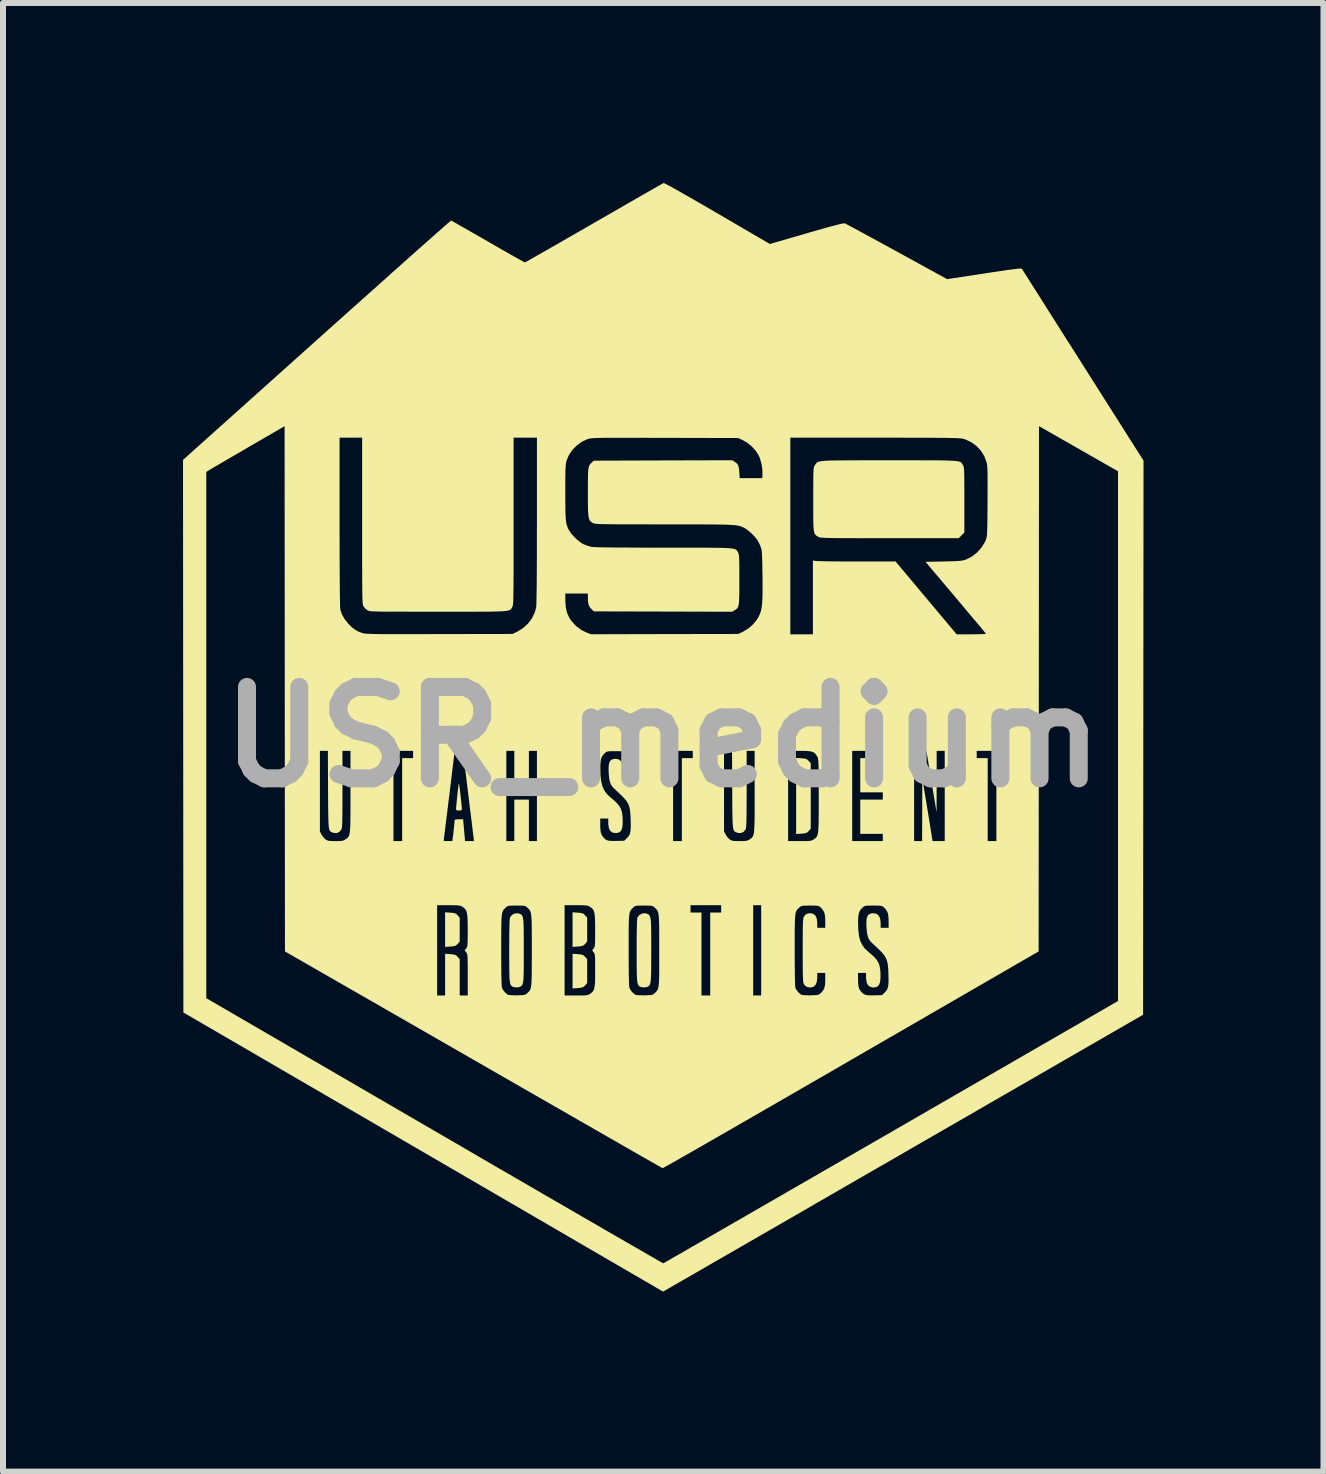
<source format=kicad_pcb>
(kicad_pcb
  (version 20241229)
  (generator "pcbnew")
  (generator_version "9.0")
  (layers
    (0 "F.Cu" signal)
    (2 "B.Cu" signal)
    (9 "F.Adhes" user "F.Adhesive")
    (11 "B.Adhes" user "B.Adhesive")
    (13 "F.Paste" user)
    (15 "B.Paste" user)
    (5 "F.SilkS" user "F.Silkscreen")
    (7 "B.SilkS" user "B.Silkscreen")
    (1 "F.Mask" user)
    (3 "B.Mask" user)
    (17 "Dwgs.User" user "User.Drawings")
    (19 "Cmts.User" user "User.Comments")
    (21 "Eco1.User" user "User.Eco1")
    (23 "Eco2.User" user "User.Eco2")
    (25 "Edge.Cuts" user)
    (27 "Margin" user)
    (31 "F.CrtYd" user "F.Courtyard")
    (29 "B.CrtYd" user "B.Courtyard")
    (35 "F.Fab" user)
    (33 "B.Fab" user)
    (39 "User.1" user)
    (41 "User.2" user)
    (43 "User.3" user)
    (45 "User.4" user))
  (footprint "USR_medium"
    (layer "F.Cu")
    (at 7.997 9.232)
    (property "Reference" "USR_medium" (at 0 0 0) (layer "F.Fab") (effects (font (size 1.524 1.524) (thickness 0.3))))
    (attr board_only exclude_from_pos_files exclude_from_bom)
    (fp_poly (pts (xy -3.541 2.928) (xy -3.494 2.932) (xy -3.463 2.939) (xy -3.442 2.951) (xy -3.421 2.97) (xy -3.42 2.972) (xy -3.386 3.01) (xy -3.386 3.41) (xy -3.42 3.448) (xy -3.44 3.468) (xy -3.462 3.48) (xy -3.491 3.487) (xy -3.537 3.492) (xy -3.541 3.492) (xy -3.629 3.498) (xy -3.629 2.921)) (stroke (width 0) (type solid)) (fill yes) (layer "F.SilkS"))
    (fp_poly (pts (xy -1.417 2.928) (xy -1.37 2.932) (xy -1.34 2.939) (xy -1.318 2.951) (xy -1.298 2.97) (xy -1.296 2.972) (xy -1.262 3.01) (xy -1.262 3.41) (xy -1.296 3.448) (xy -1.317 3.468) (xy -1.338 3.48) (xy -1.368 3.487) (xy -1.413 3.492) (xy -1.417 3.492) (xy -1.505 3.498) (xy -1.505 2.921)) (stroke (width 0) (type solid)) (fill yes) (layer "F.SilkS"))
    (fp_poly (pts (xy -1.417 3.619) (xy -1.37 3.624) (xy -1.34 3.63) (xy -1.318 3.642) (xy -1.298 3.662) (xy -1.296 3.664) (xy -1.262 3.702) (xy -1.262 4.101) (xy -1.296 4.14) (xy -1.317 4.16) (xy -1.338 4.172) (xy -1.368 4.179) (xy -1.413 4.184) (xy -1.417 4.184) (xy -1.505 4.19) (xy -1.505 3.613)) (stroke (width 0) (type solid)) (fill yes) (layer "F.SilkS"))
    (fp_poly (pts (xy 2.308 0.355) (xy 2.355 0.359) (xy 2.386 0.366) (xy 2.408 0.378) (xy 2.428 0.397) (xy 2.43 0.399) (xy 2.464 0.437) (xy 2.464 1.529) (xy 2.43 1.567) (xy 2.409 1.587) (xy 2.388 1.599) (xy 2.358 1.606) (xy 2.312 1.611) (xy 2.308 1.611) (xy 2.221 1.617) (xy 2.221 0.349)) (stroke (width 0) (type solid)) (fill yes) (layer "F.SilkS"))
    (fp_poly (pts (xy -3.397 0.784) (xy -3.392 0.817) (xy -3.385 0.864) (xy -3.378 0.921) (xy -3.371 0.983) (xy -3.364 1.046) (xy -3.358 1.104) (xy -3.353 1.153) (xy -3.351 1.189) (xy -3.35 1.198) (xy -3.353 1.216) (xy -3.366 1.224) (xy -3.398 1.226) (xy -3.398 1.226) (xy -3.43 1.223) (xy -3.445 1.214) (xy -3.447 1.204) (xy -3.446 1.179) (xy -3.442 1.137) (xy -3.437 1.084) (xy -3.431 1.023) (xy -3.425 0.961) (xy -3.418 0.901) (xy -3.412 0.847) (xy -3.406 0.805) (xy -3.402 0.778) (xy -3.4 0.771)) (stroke (width 0) (type solid)) (fill yes) (layer "F.SilkS"))
    (fp_poly (pts (xy -2.378 2.949) (xy -2.364 2.957) (xy -2.352 2.967) (xy -2.343 2.981) (xy -2.335 3) (xy -2.33 3.027) (xy -2.325 3.064) (xy -2.322 3.114) (xy -2.32 3.178) (xy -2.319 3.259) (xy -2.318 3.358) (xy -2.318 3.478) (xy -2.318 3.556) (xy -2.318 3.689) (xy -2.318 3.8) (xy -2.319 3.891) (xy -2.321 3.964) (xy -2.323 4.021) (xy -2.327 4.065) (xy -2.332 4.098) (xy -2.339 4.121) (xy -2.347 4.137) (xy -2.357 4.149) (xy -2.37 4.158) (xy -2.378 4.162) (xy -2.414 4.172) (xy -2.457 4.173) (xy -2.496 4.165) (xy -2.503 4.162) (xy -2.516 4.153) (xy -2.527 4.143) (xy -2.537 4.129) (xy -2.544 4.109) (xy -2.549 4.082) (xy -2.554 4.044) (xy -2.557 3.993) (xy -2.559 3.929) (xy -2.56 3.847) (xy -2.56 3.747) (xy -2.561 3.625) (xy -2.561 3.556) (xy -2.56 3.41) (xy -2.56 3.288) (xy -2.558 3.189) (xy -2.556 3.112) (xy -2.554 3.056) (xy -2.55 3.02) (xy -2.547 3.006) (xy -2.515 2.966) (xy -2.47 2.942) (xy -2.421 2.937)) (stroke (width 0) (type solid)) (fill yes) (layer "F.SilkS"))
    (fp_poly (pts (xy -0.254 2.949) (xy -0.24 2.957) (xy -0.229 2.967) (xy -0.219 2.981) (xy -0.212 3) (xy -0.206 3.027) (xy -0.201 3.064) (xy -0.198 3.114) (xy -0.196 3.178) (xy -0.195 3.259) (xy -0.194 3.358) (xy -0.194 3.478) (xy -0.194 3.556) (xy -0.194 3.689) (xy -0.195 3.8) (xy -0.195 3.891) (xy -0.197 3.964) (xy -0.2 4.021) (xy -0.203 4.065) (xy -0.208 4.098) (xy -0.215 4.121) (xy -0.223 4.137) (xy -0.234 4.149) (xy -0.246 4.158) (xy -0.254 4.162) (xy -0.29 4.172) (xy -0.334 4.173) (xy -0.372 4.165) (xy -0.379 4.162) (xy -0.393 4.153) (xy -0.404 4.143) (xy -0.413 4.129) (xy -0.42 4.109) (xy -0.426 4.082) (xy -0.43 4.044) (xy -0.433 3.993) (xy -0.435 3.929) (xy -0.436 3.847) (xy -0.437 3.747) (xy -0.437 3.625) (xy -0.437 3.556) (xy -0.437 3.41) (xy -0.436 3.288) (xy -0.434 3.189) (xy -0.432 3.112) (xy -0.43 3.056) (xy -0.427 3.02) (xy -0.423 3.006) (xy -0.391 2.966) (xy -0.346 2.942) (xy -0.297 2.937)) (stroke (width 0) (type solid)) (fill yes) (layer "F.SilkS"))
    (fp_poly (pts (xy 4.294 -4.611) (xy 4.425 -4.611) (xy 4.538 -4.611) (xy 4.633 -4.61) (xy 4.714 -4.608) (xy 4.78 -4.606) (xy 4.834 -4.603) (xy 4.877 -4.6) (xy 4.91 -4.595) (xy 4.936 -4.59) (xy 4.954 -4.584) (xy 4.968 -4.576) (xy 4.978 -4.567) (xy 4.985 -4.557) (xy 4.992 -4.545) (xy 5 -4.533) (xy 5.006 -4.523) (xy 5.01 -4.511) (xy 5.014 -4.496) (xy 5.017 -4.474) (xy 5.02 -4.445) (xy 5.021 -4.405) (xy 5.023 -4.352) (xy 5.023 -4.285) (xy 5.024 -4.2) (xy 5.024 -4.096) (xy 5.024 -3.97) (xy 5.024 -3.407) (xy 4.93 -3.313) (xy 3.779 -3.313) (xy 3.586 -3.313) (xy 3.415 -3.313) (xy 3.266 -3.313) (xy 3.137 -3.314) (xy 3.027 -3.314) (xy 2.933 -3.314) (xy 2.854 -3.315) (xy 2.789 -3.316) (xy 2.737 -3.317) (xy 2.695 -3.319) (xy 2.663 -3.321) (xy 2.639 -3.323) (xy 2.621 -3.325) (xy 2.608 -3.328) (xy 2.599 -3.331) (xy 2.591 -3.335) (xy 2.589 -3.337) (xy 2.569 -3.348) (xy 2.553 -3.359) (xy 2.54 -3.372) (xy 2.53 -3.388) (xy 2.522 -3.411) (xy 2.516 -3.441) (xy 2.512 -3.482) (xy 2.509 -3.535) (xy 2.507 -3.604) (xy 2.506 -3.689) (xy 2.506 -3.794) (xy 2.506 -3.92) (xy 2.506 -3.956) (xy 2.506 -4.083) (xy 2.506 -4.188) (xy 2.507 -4.273) (xy 2.507 -4.341) (xy 2.508 -4.394) (xy 2.51 -4.434) (xy 2.512 -4.464) (xy 2.515 -4.485) (xy 2.519 -4.501) (xy 2.524 -4.513) (xy 2.531 -4.524) (xy 2.534 -4.528) (xy 2.542 -4.542) (xy 2.549 -4.554) (xy 2.558 -4.565) (xy 2.568 -4.574) (xy 2.583 -4.582) (xy 2.602 -4.589) (xy 2.629 -4.594) (xy 2.663 -4.599) (xy 2.707 -4.603) (xy 2.762 -4.606) (xy 2.83 -4.608) (xy 2.912 -4.609) (xy 3.009 -4.61) (xy 3.123 -4.611) (xy 3.255 -4.611) (xy 3.408 -4.612) (xy 3.582 -4.612) (xy 3.776 -4.612) (xy 3.971 -4.612) (xy 4.143 -4.612)) (stroke (width 0) (type solid)) (fill yes) (layer "F.SilkS"))
    (fp_poly (pts (xy 0.027 -9.227) (xy 0.06 -9.21) (xy 0.111 -9.183) (xy 0.179 -9.145) (xy 0.262 -9.099) (xy 0.358 -9.044) (xy 0.467 -8.982) (xy 0.587 -8.913) (xy 0.717 -8.838) (xy 0.855 -8.758) (xy 0.908 -8.727) (xy 1.783 -8.216) (xy 2.393 -8.393) (xy 2.535 -8.434) (xy 2.655 -8.468) (xy 2.755 -8.496) (xy 2.837 -8.518) (xy 2.902 -8.535) (xy 2.952 -8.548) (xy 2.989 -8.556) (xy 3.015 -8.559) (xy 3.03 -8.56) (xy 3.034 -8.559) (xy 3.049 -8.551) (xy 3.084 -8.533) (xy 3.137 -8.505) (xy 3.206 -8.468) (xy 3.289 -8.423) (xy 3.385 -8.37) (xy 3.493 -8.312) (xy 3.61 -8.248) (xy 3.735 -8.18) (xy 3.865 -8.108) (xy 3.901 -8.089) (xy 4.737 -7.63) (xy 5.355 -7.724) (xy 5.497 -7.746) (xy 5.616 -7.763) (xy 5.714 -7.778) (xy 5.794 -7.789) (xy 5.857 -7.797) (xy 5.906 -7.803) (xy 5.94 -7.806) (xy 5.964 -7.807) (xy 5.978 -7.805) (xy 5.984 -7.802) (xy 5.984 -7.802) (xy 5.991 -7.79) (xy 6.011 -7.758) (xy 6.042 -7.709) (xy 6.085 -7.642) (xy 6.137 -7.559) (xy 6.199 -7.462) (xy 6.27 -7.35) (xy 6.348 -7.226) (xy 6.434 -7.09) (xy 6.527 -6.944) (xy 6.625 -6.789) (xy 6.729 -6.625) (xy 6.838 -6.454) (xy 6.95 -6.277) (xy 7.002 -6.195) (xy 8.01 -4.606) (xy 8.003 4.629) (xy 6.444 5.528) (xy 6.277 5.625) (xy 6.091 5.732) (xy 5.887 5.849) (xy 5.669 5.975) (xy 5.436 6.109) (xy 5.193 6.25) (xy 4.94 6.396) (xy 4.679 6.546) (xy 4.412 6.7) (xy 4.141 6.856) (xy 3.869 7.014) (xy 3.596 7.171) (xy 3.325 7.327) (xy 3.058 7.481) (xy 2.797 7.632) (xy 2.543 7.778) (xy 2.444 7.836) (xy 0.003 9.243) (xy -3.994 6.917) (xy -7.991 4.591) (xy -7.991 4.353) (xy -7.609 4.353) (xy -3.808 6.563) (xy -3.526 6.727) (xy -3.25 6.887) (xy -2.981 7.044) (xy -2.718 7.197) (xy -2.462 7.345) (xy -2.215 7.488) (xy -1.977 7.627) (xy -1.748 7.759) (xy -1.531 7.885) (xy -1.324 8.005) (xy -1.129 8.117) (xy -0.948 8.223) (xy -0.779 8.32) (xy -0.625 8.409) (xy -0.486 8.489) (xy -0.362 8.56) (xy -0.255 8.622) (xy -0.166 8.673) (xy -0.094 8.715) (xy -0.041 8.745) (xy -0.007 8.764) (xy 0.007 8.771) (xy 0.007 8.771) (xy 0.019 8.765) (xy 0.05 8.747) (xy 0.101 8.718) (xy 0.171 8.677) (xy 0.259 8.627) (xy 0.365 8.566) (xy 0.486 8.496) (xy 0.624 8.417) (xy 0.777 8.329) (xy 0.944 8.233) (xy 1.124 8.129) (xy 1.318 8.018) (xy 1.523 7.899) (xy 1.74 7.774) (xy 1.967 7.643) (xy 2.204 7.506) (xy 2.451 7.364) (xy 2.705 7.217) (xy 2.968 7.066) (xy 3.237 6.911) (xy 3.512 6.752) (xy 3.793 6.59) (xy 3.803 6.584) (xy 7.585 4.4) (xy 7.585 -4.428) (xy 6.268 -5.18) (xy 6.265 -0.803) (xy 6.262 3.574) (xy 3.135 5.382) (xy 2.88 5.53) (xy 2.631 5.674) (xy 2.387 5.814) (xy 2.151 5.951) (xy 1.923 6.083) (xy 1.703 6.209) (xy 1.492 6.331) (xy 1.292 6.446) (xy 1.104 6.555) (xy 0.927 6.656) (xy 0.763 6.75) (xy 0.612 6.837) (xy 0.476 6.915) (xy 0.355 6.984) (xy 0.25 7.044) (xy 0.162 7.094) (xy 0.092 7.133) (xy 0.04 7.162) (xy 0.008 7.18) (xy -0.004 7.186) (xy -0.005 7.186) (xy -0.016 7.18) (xy -0.048 7.162) (xy -0.099 7.133) (xy -0.169 7.093) (xy -0.256 7.043) (xy -0.361 6.984) (xy -0.481 6.915) (xy -0.617 6.837) (xy -0.767 6.751) (xy -0.931 6.657) (xy -1.108 6.555) (xy -1.297 6.447) (xy -1.497 6.332) (xy -1.707 6.211) (xy -1.927 6.085) (xy -2.156 5.954) (xy -2.393 5.818) (xy -2.636 5.678) (xy -2.886 5.534) (xy -3.142 5.387) (xy -3.158 5.378) (xy -5.02 4.308) (xy -3.762 4.308) (xy -3.629 4.308) (xy -3.629 3.613) (xy -3.541 3.619) (xy -3.494 3.624) (xy -3.463 3.63) (xy -3.442 3.642) (xy -3.421 3.662) (xy -3.42 3.664) (xy -3.386 3.702) (xy -3.386 4.308) (xy -3.252 4.308) (xy -1.638 4.308) (xy -1.447 4.308) (xy -1.374 4.308) (xy -1.322 4.307) (xy -1.284 4.305) (xy -1.258 4.301) (xy -1.239 4.294) (xy -1.222 4.285) (xy -1.212 4.279) (xy -1.187 4.26) (xy -1.168 4.241) (xy -1.153 4.217) (xy -1.143 4.187) (xy -1.136 4.145) (xy -1.131 4.09) (xy -1.129 4.019) (xy -1.129 3.927) (xy -1.129 3.892) (xy -1.129 3.804) (xy -1.129 3.736) (xy -1.13 3.686) (xy -1.133 3.65) (xy -1.136 3.626) (xy -1.141 3.609) (xy -1.148 3.596) (xy -1.154 3.588) (xy -1.179 3.556) (xy -1.178 3.555) (xy -0.57 3.555) (xy -0.57 3.713) (xy -0.569 3.849) (xy -0.568 3.963) (xy -0.566 4.053) (xy -0.564 4.12) (xy -0.561 4.164) (xy -0.557 4.183) (xy -0.536 4.221) (xy -0.504 4.26) (xy -0.469 4.29) (xy -0.455 4.297) (xy -0.433 4.301) (xy -0.393 4.304) (xy -0.342 4.305) (xy -0.301 4.305) (xy -0.243 4.303) (xy -0.204 4.301) (xy -0.178 4.296) (xy -0.159 4.287) (xy -0.142 4.274) (xy -0.133 4.266) (xy -0.117 4.251) (xy -0.104 4.236) (xy -0.093 4.221) (xy -0.084 4.202) (xy -0.077 4.177) (xy -0.071 4.145) (xy -0.067 4.102) (xy -0.064 4.048) (xy -0.062 3.98) (xy -0.061 3.895) (xy -0.061 3.792) (xy -0.061 3.669) (xy -0.061 3.556) (xy -0.061 3.415) (xy -0.061 3.296) (xy -0.061 3.197) (xy -0.063 3.116) (xy -0.065 3.051) (xy -0.068 2.999) (xy -0.072 2.959) (xy -0.078 2.929) (xy -0.079 2.925) (xy 0.461 2.925) (xy 0.643 2.925) (xy 0.643 4.308) (xy 0.789 4.308) (xy 1.505 4.308) (xy 1.638 4.308) (xy 1.638 3.555) (xy 2.197 3.555) (xy 2.197 3.713) (xy 2.198 3.849) (xy 2.199 3.963) (xy 2.201 4.053) (xy 2.203 4.12) (xy 2.206 4.164) (xy 2.209 4.183) (xy 2.231 4.221) (xy 2.263 4.26) (xy 2.298 4.29) (xy 2.312 4.297) (xy 2.334 4.301) (xy 2.374 4.304) (xy 2.425 4.305) (xy 2.466 4.305) (xy 2.524 4.303) (xy 2.563 4.301) (xy 2.589 4.296) (xy 2.608 4.287) (xy 2.625 4.274) (xy 2.634 4.266) (xy 2.667 4.229) (xy 2.688 4.19) (xy 2.701 4.141) (xy 2.706 4.076) (xy 2.706 4.042) (xy 2.706 4.04) (xy 3.252 4.04) (xy 3.254 4.11) (xy 3.261 4.162) (xy 3.274 4.201) (xy 3.296 4.235) (xy 3.311 4.252) (xy 3.335 4.275) (xy 3.359 4.291) (xy 3.389 4.3) (xy 3.429 4.305) (xy 3.486 4.306) (xy 3.522 4.305) (xy 3.652 4.302) (xy 3.694 4.261) (xy 3.72 4.233) (xy 3.739 4.204) (xy 3.751 4.17) (xy 3.758 4.127) (xy 3.761 4.069) (xy 3.76 3.994) (xy 3.759 3.958) (xy 3.756 3.872) (xy 3.75 3.802) (xy 3.739 3.744) (xy 3.721 3.694) (xy 3.695 3.647) (xy 3.657 3.599) (xy 3.607 3.547) (xy 3.54 3.484) (xy 3.504 3.451) (xy 3.463 3.411) (xy 3.434 3.371) (xy 3.415 3.325) (xy 3.402 3.269) (xy 3.395 3.196) (xy 3.393 3.171) (xy 3.391 3.088) (xy 3.396 3.025) (xy 3.411 2.981) (xy 3.436 2.954) (xy 3.472 2.94) (xy 3.507 2.937) (xy 3.559 2.946) (xy 3.595 2.974) (xy 3.619 3.021) (xy 3.628 3.088) (xy 3.629 3.106) (xy 3.629 3.18) (xy 3.762 3.18) (xy 3.762 3.07) (xy 3.759 2.997) (xy 3.751 2.942) (xy 3.733 2.899) (xy 3.706 2.862) (xy 3.69 2.846) (xy 3.673 2.83) (xy 3.657 2.82) (xy 3.637 2.814) (xy 3.608 2.811) (xy 3.565 2.81) (xy 3.507 2.809) (xy 3.446 2.81) (xy 3.404 2.811) (xy 3.376 2.814) (xy 3.356 2.821) (xy 3.341 2.831) (xy 3.324 2.846) (xy 3.296 2.876) (xy 3.276 2.909) (xy 3.263 2.948) (xy 3.256 2.998) (xy 3.253 3.066) (xy 3.253 3.103) (xy 3.257 3.221) (xy 3.269 3.319) (xy 3.29 3.4) (xy 3.323 3.468) (xy 3.367 3.527) (xy 3.413 3.57) (xy 3.483 3.63) (xy 3.536 3.681) (xy 3.573 3.728) (xy 3.598 3.775) (xy 3.614 3.827) (xy 3.623 3.889) (xy 3.626 3.945) (xy 3.626 4.028) (xy 3.618 4.09) (xy 3.601 4.133) (xy 3.574 4.16) (xy 3.534 4.173) (xy 3.507 4.175) (xy 3.456 4.166) (xy 3.419 4.138) (xy 3.396 4.091) (xy 3.386 4.024) (xy 3.386 4.005) (xy 3.386 3.932) (xy 3.252 3.932) (xy 3.252 4.04) (xy 2.706 4.04) (xy 2.706 3.932) (xy 2.573 3.932) (xy 2.573 4.005) (xy 2.566 4.077) (xy 2.546 4.129) (xy 2.513 4.161) (xy 2.465 4.174) (xy 2.451 4.175) (xy 2.401 4.166) (xy 2.365 4.14) (xy 2.348 4.114) (xy 2.344 4.102) (xy 2.34 4.085) (xy 2.337 4.059) (xy 2.335 4.022) (xy 2.333 3.974) (xy 2.332 3.91) (xy 2.331 3.83) (xy 2.33 3.73) (xy 2.33 3.61) (xy 2.33 3.556) (xy 2.33 3.426) (xy 2.331 3.319) (xy 2.331 3.231) (xy 2.332 3.161) (xy 2.334 3.107) (xy 2.336 3.066) (xy 2.339 3.036) (xy 2.342 3.015) (xy 2.346 3.001) (xy 2.348 2.997) (xy 2.378 2.959) (xy 2.42 2.94) (xy 2.451 2.937) (xy 2.503 2.946) (xy 2.54 2.974) (xy 2.563 3.021) (xy 2.572 3.088) (xy 2.573 3.106) (xy 2.573 3.18) (xy 2.706 3.18) (xy 2.706 3.07) (xy 2.704 2.997) (xy 2.695 2.942) (xy 2.677 2.899) (xy 2.65 2.862) (xy 2.634 2.846) (xy 2.617 2.83) (xy 2.601 2.82) (xy 2.581 2.814) (xy 2.552 2.811) (xy 2.509 2.81) (xy 2.451 2.809) (xy 2.39 2.81) (xy 2.348 2.811) (xy 2.32 2.814) (xy 2.301 2.821) (xy 2.285 2.831) (xy 2.269 2.846) (xy 2.253 2.861) (xy 2.239 2.875) (xy 2.228 2.891) (xy 2.219 2.91) (xy 2.212 2.935) (xy 2.207 2.967) (xy 2.203 3.009) (xy 2.2 3.064) (xy 2.198 3.132) (xy 2.197 3.217) (xy 2.197 3.32) (xy 2.197 3.443) (xy 2.197 3.555) (xy 1.638 3.555) (xy 1.638 2.803) (xy 1.505 2.803) (xy 1.505 4.308) (xy 0.789 4.308) (xy 0.789 2.925) (xy 0.971 2.925) (xy 0.971 2.803) (xy 0.461 2.803) (xy 0.461 2.925) (xy -0.079 2.925) (xy -0.085 2.905) (xy -0.095 2.887) (xy -0.106 2.872) (xy -0.12 2.858) (xy -0.133 2.846) (xy -0.15 2.83) (xy -0.166 2.82) (xy -0.186 2.814) (xy -0.215 2.811) (xy -0.258 2.81) (xy -0.316 2.809) (xy -0.377 2.81) (xy -0.419 2.811) (xy -0.447 2.814) (xy -0.466 2.821) (xy -0.482 2.831) (xy -0.498 2.846) (xy -0.514 2.861) (xy -0.527 2.875) (xy -0.538 2.891) (xy -0.547 2.91) (xy -0.555 2.935) (xy -0.56 2.967) (xy -0.564 3.009) (xy -0.567 3.064) (xy -0.569 3.132) (xy -0.57 3.217) (xy -0.57 3.32) (xy -0.57 3.443) (xy -0.57 3.555) (xy -1.178 3.555) (xy -1.154 3.524) (xy -1.146 3.512) (xy -1.139 3.498) (xy -1.135 3.48) (xy -1.132 3.452) (xy -1.13 3.412) (xy -1.129 3.357) (xy -1.129 3.284) (xy -1.129 3.22) (xy -1.129 3.119) (xy -1.131 3.04) (xy -1.135 2.979) (xy -1.142 2.932) (xy -1.152 2.897) (xy -1.167 2.871) (xy -1.187 2.851) (xy -1.212 2.832) (xy -1.218 2.829) (xy -1.236 2.819) (xy -1.255 2.812) (xy -1.282 2.808) (xy -1.318 2.805) (xy -1.37 2.804) (xy -1.442 2.803) (xy -1.449 2.803) (xy -1.638 2.803) (xy -1.638 4.308) (xy -3.252 4.308) (xy -3.252 3.964) (xy -3.252 3.863) (xy -3.253 3.784) (xy -3.254 3.723) (xy -3.255 3.678) (xy -3.257 3.646) (xy -3.261 3.623) (xy -3.265 3.608) (xy -3.271 3.596) (xy -3.278 3.588) (xy -3.303 3.556) (xy -3.302 3.555) (xy -2.694 3.555) (xy -2.694 3.713) (xy -2.693 3.849) (xy -2.692 3.963) (xy -2.69 4.053) (xy -2.687 4.12) (xy -2.684 4.164) (xy -2.681 4.183) (xy -2.66 4.221) (xy -2.627 4.26) (xy -2.592 4.29) (xy -2.579 4.297) (xy -2.557 4.301) (xy -2.517 4.304) (xy -2.466 4.305) (xy -2.425 4.305) (xy -2.367 4.303) (xy -2.328 4.301) (xy -2.301 4.296) (xy -2.283 4.287) (xy -2.265 4.274) (xy -2.257 4.266) (xy -2.241 4.251) (xy -2.227 4.236) (xy -2.216 4.221) (xy -2.207 4.202) (xy -2.2 4.177) (xy -2.195 4.145) (xy -2.191 4.102) (xy -2.188 4.048) (xy -2.186 3.98) (xy -2.185 3.895) (xy -2.185 3.792) (xy -2.184 3.669) (xy -2.184 3.556) (xy -2.184 3.415) (xy -2.185 3.296) (xy -2.185 3.197) (xy -2.186 3.116) (xy -2.188 3.051) (xy -2.192 2.999) (xy -2.196 2.959) (xy -2.202 2.929) (xy -2.209 2.905) (xy -2.218 2.887) (xy -2.23 2.872) (xy -2.244 2.858) (xy -2.257 2.846) (xy -2.274 2.83) (xy -2.29 2.82) (xy -2.309 2.814) (xy -2.338 2.811) (xy -2.381 2.81) (xy -2.439 2.809) (xy -2.5 2.81) (xy -2.543 2.811) (xy -2.571 2.814) (xy -2.59 2.821) (xy -2.606 2.831) (xy -2.622 2.846) (xy -2.638 2.861) (xy -2.651 2.875) (xy -2.662 2.891) (xy -2.671 2.91) (xy -2.678 2.935) (xy -2.684 2.967) (xy -2.688 3.009) (xy -2.691 3.064) (xy -2.692 3.132) (xy -2.693 3.217) (xy -2.694 3.32) (xy -2.694 3.443) (xy -2.694 3.555) (xy -3.302 3.555) (xy -3.278 3.524) (xy -3.269 3.512) (xy -3.263 3.498) (xy -3.259 3.48) (xy -3.256 3.452) (xy -3.254 3.412) (xy -3.253 3.357) (xy -3.252 3.284) (xy -3.252 3.22) (xy -3.253 3.119) (xy -3.255 3.04) (xy -3.259 2.979) (xy -3.266 2.932) (xy -3.276 2.897) (xy -3.291 2.871) (xy -3.311 2.851) (xy -3.336 2.832) (xy -3.341 2.829) (xy -3.359 2.819) (xy -3.379 2.812) (xy -3.405 2.808) (xy -3.442 2.805) (xy -3.494 2.804) (xy -3.566 2.803) (xy -3.572 2.803) (xy -3.762 2.803) (xy -3.762 4.308) (xy -5.02 4.308) (xy -6.298 3.574) (xy -6.3 1.572) (xy -5.716 1.572) (xy -5.689 1.627) (xy -5.663 1.665) (xy -5.632 1.699) (xy -5.62 1.708) (xy -5.598 1.721) (xy -5.574 1.729) (xy -5.541 1.733) (xy -5.495 1.735) (xy -5.456 1.735) (xy -5.398 1.735) (xy -5.358 1.732) (xy -5.33 1.727) (xy -5.308 1.717) (xy -5.29 1.706) (xy -5.272 1.694) (xy -5.258 1.683) (xy -5.245 1.671) (xy -5.235 1.655) (xy -5.227 1.634) (xy -5.221 1.606) (xy -5.216 1.569) (xy -5.212 1.521) (xy -5.209 1.461) (xy -5.208 1.385) (xy -5.207 1.293) (xy -5.206 1.182) (xy -5.206 1.05) (xy -5.206 0.911) (xy -5.206 0.352) (xy -4.672 0.352) (xy -4.49 0.352) (xy -4.49 1.735) (xy -4.345 1.735) (xy -4.345 1.731) (xy -3.653 1.731) (xy -3.642 1.733) (xy -3.613 1.735) (xy -3.581 1.735) (xy -3.509 1.735) (xy -3.502 1.684) (xy -3.496 1.64) (xy -3.49 1.586) (xy -3.484 1.529) (xy -3.478 1.475) (xy -3.474 1.429) (xy -3.471 1.399) (xy -3.471 1.393) (xy -3.467 1.38) (xy -3.452 1.374) (xy -3.421 1.372) (xy -3.4 1.371) (xy -3.329 1.371) (xy -3.297 1.735) (xy -3.148 1.735) (xy -2.609 1.735) (xy -2.476 1.735) (xy -2.476 1.044) (xy -2.233 1.044) (xy -2.233 1.735) (xy -2.099 1.735) (xy -2.099 1.468) (xy -1.044 1.468) (xy -1.042 1.537) (xy -1.035 1.589) (xy -1.022 1.628) (xy -1 1.662) (xy -0.985 1.679) (xy -0.961 1.703) (xy -0.937 1.718) (xy -0.907 1.728) (xy -0.867 1.732) (xy -0.81 1.733) (xy -0.774 1.732) (xy -0.644 1.729) (xy -0.602 1.688) (xy -0.576 1.66) (xy -0.557 1.631) (xy -0.545 1.597) (xy -0.538 1.554) (xy -0.535 1.497) (xy -0.536 1.421) (xy -0.537 1.385) (xy -0.54 1.299) (xy -0.547 1.229) (xy -0.557 1.171) (xy -0.575 1.121) (xy -0.601 1.074) (xy -0.639 1.027) (xy -0.689 0.974) (xy -0.756 0.912) (xy -0.792 0.878) (xy -0.833 0.838) (xy -0.862 0.798) (xy -0.881 0.752) (xy -0.894 0.696) (xy -0.901 0.623) (xy -0.903 0.598) (xy -0.905 0.515) (xy -0.9 0.453) (xy -0.885 0.409) (xy -0.86 0.381) (xy -0.824 0.367) (xy -0.789 0.364) (xy -0.738 0.373) (xy -0.701 0.401) (xy -0.677 0.448) (xy -0.668 0.515) (xy -0.667 0.533) (xy -0.667 0.607) (xy -0.534 0.607) (xy -0.534 0.497) (xy -0.537 0.424) (xy -0.546 0.369) (xy -0.552 0.352) (xy -0.012 0.352) (xy 0.17 0.352) (xy 0.17 1.735) (xy 0.316 1.735) (xy 0.316 1.572) (xy 1.019 1.572) (xy 1.047 1.627) (xy 1.072 1.665) (xy 1.104 1.699) (xy 1.115 1.708) (xy 1.138 1.721) (xy 1.162 1.729) (xy 1.194 1.733) (xy 1.24 1.735) (xy 1.279 1.735) (xy 2.087 1.735) (xy 2.279 1.735) (xy 3.155 1.735) (xy 3.665 1.735) (xy 4.187 1.735) (xy 4.32 1.735) (xy 4.322 1.211) (xy 4.323 0.686) (xy 4.368 0.959) (xy 4.385 1.059) (xy 4.403 1.171) (xy 4.422 1.286) (xy 4.44 1.394) (xy 4.454 1.484) (xy 4.494 1.735) (xy 4.697 1.735) (xy 4.697 0.352) (xy 5.23 0.352) (xy 5.413 0.352) (xy 5.413 1.735) (xy 5.558 1.735) (xy 5.558 0.352) (xy 5.74 0.352) (xy 5.74 0.231) (xy 5.23 0.231) (xy 5.23 0.352) (xy 4.697 0.352) (xy 4.697 0.231) (xy 4.563 0.231) (xy 4.561 1.256) (xy 4.478 0.752) (xy 4.46 0.645) (xy 4.443 0.545) (xy 4.429 0.454) (xy 4.416 0.377) (xy 4.406 0.314) (xy 4.398 0.269) (xy 4.394 0.244) (xy 4.394 0.24) (xy 4.382 0.236) (xy 4.352 0.232) (xy 4.309 0.231) (xy 4.29 0.231) (xy 4.187 0.231) (xy 4.187 1.735) (xy 3.665 1.735) (xy 3.665 1.614) (xy 3.289 1.614) (xy 3.289 1.044) (xy 3.665 1.044) (xy 3.665 0.922) (xy 3.289 0.922) (xy 3.289 0.352) (xy 3.665 0.352) (xy 3.665 0.231) (xy 3.155 0.231) (xy 3.155 1.735) (xy 2.279 1.735) (xy 2.351 1.735) (xy 2.404 1.734) (xy 2.441 1.732) (xy 2.467 1.728) (xy 2.487 1.722) (xy 2.504 1.712) (xy 2.514 1.706) (xy 2.532 1.693) (xy 2.547 1.682) (xy 2.56 1.668) (xy 2.57 1.651) (xy 2.578 1.629) (xy 2.584 1.598) (xy 2.589 1.558) (xy 2.593 1.506) (xy 2.595 1.44) (xy 2.596 1.359) (xy 2.597 1.259) (xy 2.597 1.139) (xy 2.597 0.998) (xy 2.597 0.984) (xy 2.597 0.846) (xy 2.597 0.731) (xy 2.596 0.635) (xy 2.596 0.558) (xy 2.595 0.496) (xy 2.593 0.448) (xy 2.591 0.411) (xy 2.589 0.384) (xy 2.586 0.364) (xy 2.582 0.348) (xy 2.577 0.336) (xy 2.573 0.328) (xy 2.553 0.295) (xy 2.531 0.27) (xy 2.502 0.252) (xy 2.464 0.24) (xy 2.411 0.234) (xy 2.34 0.231) (xy 2.277 0.231) (xy 2.087 0.231) (xy 2.087 1.735) (xy 1.279 1.735) (xy 1.337 1.735) (xy 1.377 1.732) (xy 1.405 1.727) (xy 1.427 1.717) (xy 1.446 1.706) (xy 1.463 1.694) (xy 1.478 1.683) (xy 1.49 1.671) (xy 1.5 1.655) (xy 1.508 1.634) (xy 1.515 1.606) (xy 1.52 1.569) (xy 1.523 1.521) (xy 1.526 1.461) (xy 1.528 1.385) (xy 1.529 1.293) (xy 1.529 1.182) (xy 1.529 1.05) (xy 1.529 0.911) (xy 1.529 0.231) (xy 1.396 0.231) (xy 1.396 0.868) (xy 1.396 1.012) (xy 1.395 1.133) (xy 1.395 1.234) (xy 1.394 1.317) (xy 1.393 1.383) (xy 1.391 1.435) (xy 1.389 1.474) (xy 1.386 1.503) (xy 1.383 1.523) (xy 1.379 1.536) (xy 1.377 1.541) (xy 1.345 1.581) (xy 1.301 1.601) (xy 1.25 1.599) (xy 1.223 1.589) (xy 1.209 1.583) (xy 1.198 1.576) (xy 1.188 1.567) (xy 1.18 1.553) (xy 1.174 1.533) (xy 1.169 1.505) (xy 1.165 1.467) (xy 1.162 1.416) (xy 1.16 1.352) (xy 1.158 1.271) (xy 1.157 1.173) (xy 1.156 1.054) (xy 1.156 0.914) (xy 1.156 0.877) (xy 1.152 0.231) (xy 1.019 0.231) (xy 1.019 1.572) (xy 0.316 1.572) (xy 0.316 0.352) (xy 0.498 0.352) (xy 0.498 0.231) (xy -0.012 0.231) (xy -0.012 0.352) (xy -0.552 0.352) (xy -0.563 0.326) (xy -0.59 0.289) (xy -0.606 0.273) (xy -0.623 0.258) (xy -0.639 0.247) (xy -0.659 0.241) (xy -0.688 0.238) (xy -0.731 0.237) (xy -0.789 0.237) (xy -0.85 0.237) (xy -0.892 0.238) (xy -0.92 0.241) (xy -0.94 0.248) (xy -0.955 0.258) (xy -0.972 0.273) (xy -1 0.304) (xy -1.02 0.336) (xy -1.033 0.375) (xy -1.04 0.426) (xy -1.043 0.493) (xy -1.043 0.531) (xy -1.04 0.648) (xy -1.027 0.746) (xy -1.006 0.827) (xy -0.973 0.895) (xy -0.929 0.954) (xy -0.883 0.998) (xy -0.813 1.057) (xy -0.76 1.108) (xy -0.723 1.155) (xy -0.698 1.202) (xy -0.682 1.254) (xy -0.673 1.316) (xy -0.67 1.372) (xy -0.67 1.455) (xy -0.678 1.517) (xy -0.695 1.561) (xy -0.722 1.588) (xy -0.762 1.6) (xy -0.789 1.602) (xy -0.84 1.593) (xy -0.877 1.565) (xy -0.9 1.518) (xy -0.91 1.451) (xy -0.91 1.433) (xy -0.91 1.359) (xy -1.044 1.359) (xy -1.044 1.468) (xy -2.099 1.468) (xy -2.099 0.231) (xy -2.233 0.231) (xy -2.233 0.922) (xy -2.476 0.922) (xy -2.476 0.231) (xy -2.609 0.231) (xy -2.609 1.735) (xy -3.148 1.735) (xy -3.188 1.405) (xy -3.2 1.306) (xy -3.215 1.19) (xy -3.23 1.063) (xy -3.246 0.931) (xy -3.262 0.801) (xy -3.277 0.68) (xy -3.28 0.655) (xy -3.331 0.237) (xy -3.401 0.233) (xy -3.438 0.233) (xy -3.464 0.235) (xy -3.471 0.239) (xy -3.472 0.253) (xy -3.476 0.288) (xy -3.483 0.343) (xy -3.492 0.416) (xy -3.503 0.505) (xy -3.515 0.608) (xy -3.529 0.722) (xy -3.544 0.845) (xy -3.56 0.976) (xy -3.562 0.988) (xy -3.578 1.119) (xy -3.593 1.243) (xy -3.607 1.357) (xy -3.62 1.46) (xy -3.631 1.55) (xy -3.64 1.624) (xy -3.647 1.68) (xy -3.651 1.716) (xy -3.653 1.731) (xy -3.653 1.731) (xy -4.345 1.731) (xy -4.345 0.352) (xy -4.163 0.352) (xy -4.163 0.231) (xy -4.672 0.231) (xy -4.672 0.352) (xy -5.206 0.352) (xy -5.206 0.231) (xy -5.34 0.231) (xy -5.34 0.868) (xy -5.34 1.012) (xy -5.34 1.133) (xy -5.341 1.234) (xy -5.341 1.317) (xy -5.343 1.383) (xy -5.344 1.435) (xy -5.346 1.474) (xy -5.349 1.503) (xy -5.352 1.523) (xy -5.356 1.536) (xy -5.358 1.541) (xy -5.39 1.581) (xy -5.434 1.601) (xy -5.485 1.599) (xy -5.513 1.589) (xy -5.526 1.583) (xy -5.538 1.576) (xy -5.547 1.567) (xy -5.555 1.553) (xy -5.562 1.533) (xy -5.567 1.505) (xy -5.57 1.467) (xy -5.573 1.416) (xy -5.575 1.352) (xy -5.577 1.271) (xy -5.578 1.173) (xy -5.579 1.054) (xy -5.58 0.914) (xy -5.58 0.877) (xy -5.583 0.231) (xy -5.716 0.231) (xy -5.716 1.572) (xy -6.3 1.572) (xy -6.302 -1.711) (xy 2.124 -1.711) (xy 2.5 -1.711) (xy 2.5 -2.94) (xy 2.575 -2.932) (xy 2.601 -2.931) (xy 2.65 -2.93) (xy 2.717 -2.928) (xy 2.801 -2.927) (xy 2.898 -2.926) (xy 3.006 -2.925) (xy 3.122 -2.925) (xy 3.244 -2.925) (xy 3.264 -2.925) (xy 3.878 -2.925) (xy 4.387 -2.318) (xy 4.896 -1.711) (xy 5.143 -1.711) (xy 5.231 -1.712) (xy 5.297 -1.713) (xy 5.342 -1.715) (xy 5.37 -1.718) (xy 5.381 -1.722) (xy 5.381 -1.725) (xy 5.372 -1.737) (xy 5.348 -1.765) (xy 5.312 -1.809) (xy 5.264 -1.867) (xy 5.205 -1.936) (xy 5.138 -2.016) (xy 5.063 -2.105) (xy 4.982 -2.202) (xy 4.896 -2.304) (xy 4.875 -2.329) (xy 4.377 -2.919) (xy 4.68 -2.925) (xy 4.775 -2.927) (xy 4.85 -2.93) (xy 4.908 -2.932) (xy 4.952 -2.936) (xy 4.986 -2.94) (xy 5.014 -2.946) (xy 5.039 -2.953) (xy 5.053 -2.958) (xy 5.145 -3.004) (xy 5.231 -3.07) (xy 5.305 -3.151) (xy 5.363 -3.242) (xy 5.38 -3.279) (xy 5.386 -3.294) (xy 5.391 -3.31) (xy 5.395 -3.329) (xy 5.399 -3.352) (xy 5.402 -3.382) (xy 5.404 -3.422) (xy 5.405 -3.473) (xy 5.407 -3.538) (xy 5.408 -3.619) (xy 5.409 -3.718) (xy 5.41 -3.838) (xy 5.41 -3.923) (xy 5.411 -4.061) (xy 5.411 -4.176) (xy 5.411 -4.272) (xy 5.411 -4.35) (xy 5.41 -4.413) (xy 5.408 -4.463) (xy 5.406 -4.503) (xy 5.403 -4.533) (xy 5.399 -4.558) (xy 5.394 -4.578) (xy 5.356 -4.681) (xy 5.298 -4.773) (xy 5.223 -4.853) (xy 5.134 -4.916) (xy 5.035 -4.961) (xy 5.006 -4.969) (xy 4.993 -4.972) (xy 4.975 -4.975) (xy 4.952 -4.977) (xy 4.922 -4.979) (xy 4.883 -4.981) (xy 4.835 -4.982) (xy 4.776 -4.983) (xy 4.705 -4.985) (xy 4.62 -4.985) (xy 4.521 -4.986) (xy 4.405 -4.987) (xy 4.272 -4.987) (xy 4.119 -4.987) (xy 3.947 -4.988) (xy 3.753 -4.988) (xy 3.536 -4.988) (xy 2.124 -4.988) (xy 2.124 -1.711) (xy -6.302 -1.711) (xy -6.304 -4.988) (xy -5.388 -4.988) (xy -5.388 -3.583) (xy -5.388 -3.355) (xy -5.387 -3.144) (xy -5.387 -2.951) (xy -5.386 -2.776) (xy -5.385 -2.621) (xy -5.384 -2.485) (xy -5.383 -2.37) (xy -5.381 -2.276) (xy -5.38 -2.204) (xy -5.378 -2.155) (xy -5.376 -2.129) (xy -5.376 -2.126) (xy -5.347 -2.04) (xy -5.3 -1.959) (xy -5.239 -1.885) (xy -5.184 -1.83) (xy -5.133 -1.79) (xy -5.082 -1.76) (xy -5.021 -1.737) (xy -5.014 -1.734) (xy -5.002 -1.731) (xy -4.988 -1.727) (xy -4.971 -1.725) (xy -4.949 -1.722) (xy -4.921 -1.72) (xy -4.886 -1.719) (xy -4.842 -1.717) (xy -4.787 -1.716) (xy -4.72 -1.715) (xy -4.639 -1.714) (xy -4.544 -1.714) (xy -4.432 -1.714) (xy -4.303 -1.714) (xy -4.154 -1.714) (xy -3.984 -1.714) (xy -3.792 -1.715) (xy -3.726 -1.715) (xy -2.506 -1.717) (xy -2.427 -1.755) (xy -2.332 -1.813) (xy -2.249 -1.888) (xy -2.182 -1.977) (xy -2.134 -2.077) (xy -2.112 -2.159) (xy -2.11 -2.182) (xy -2.108 -2.229) (xy -2.107 -2.277) (xy -1.626 -2.277) (xy -1.619 -2.167) (xy -1.598 -2.072) (xy -1.56 -1.988) (xy -1.524 -1.934) (xy -1.446 -1.848) (xy -1.355 -1.781) (xy -1.271 -1.74) (xy -1.195 -1.712) (xy 0.03 -1.715) (xy 1.256 -1.717) (xy 1.339 -1.756) (xy 1.422 -1.807) (xy 1.499 -1.873) (xy 1.563 -1.95) (xy 1.602 -2.017) (xy 1.618 -2.054) (xy 1.631 -2.091) (xy 1.641 -2.131) (xy 1.649 -2.178) (xy 1.655 -2.234) (xy 1.658 -2.301) (xy 1.661 -2.382) (xy 1.661 -2.481) (xy 1.661 -2.599) (xy 1.66 -2.685) (xy 1.658 -2.798) (xy 1.657 -2.889) (xy 1.655 -2.961) (xy 1.653 -3.018) (xy 1.651 -3.061) (xy 1.648 -3.095) (xy 1.644 -3.121) (xy 1.638 -3.143) (xy 1.632 -3.163) (xy 1.629 -3.17) (xy 1.608 -3.22) (xy 1.582 -3.269) (xy 1.567 -3.293) (xy 1.527 -3.342) (xy 1.477 -3.393) (xy 1.422 -3.44) (xy 1.372 -3.476) (xy 1.357 -3.484) (xy 1.338 -3.494) (xy 1.319 -3.502) (xy 1.3 -3.51) (xy 1.278 -3.516) (xy 1.253 -3.522) (xy 1.222 -3.527) (xy 1.183 -3.531) (xy 1.137 -3.534) (xy 1.08 -3.537) (xy 1.012 -3.539) (xy 0.931 -3.54) (xy 0.835 -3.542) (xy 0.723 -3.542) (xy 0.594 -3.543) (xy 0.445 -3.543) (xy 0.275 -3.543) (xy 0.084 -3.543) (xy 0.014 -3.543) (xy -0.179 -3.543) (xy -0.348 -3.544) (xy -0.497 -3.544) (xy -0.625 -3.544) (xy -0.736 -3.544) (xy -0.829 -3.545) (xy -0.907 -3.546) (xy -0.971 -3.547) (xy -1.023 -3.548) (xy -1.065 -3.549) (xy -1.096 -3.551) (xy -1.12 -3.553) (xy -1.138 -3.556) (xy -1.151 -3.559) (xy -1.16 -3.562) (xy -1.168 -3.566) (xy -1.171 -3.568) (xy -1.192 -3.581) (xy -1.208 -3.595) (xy -1.221 -3.612) (xy -1.231 -3.635) (xy -1.238 -3.667) (xy -1.243 -3.709) (xy -1.247 -3.764) (xy -1.249 -3.835) (xy -1.25 -3.925) (xy -1.25 -4.036) (xy -1.25 -4.077) (xy -1.25 -4.191) (xy -1.249 -4.284) (xy -1.248 -4.358) (xy -1.246 -4.415) (xy -1.242 -4.459) (xy -1.237 -4.493) (xy -1.229 -4.517) (xy -1.219 -4.537) (xy -1.206 -4.553) (xy -1.19 -4.569) (xy -1.183 -4.575) (xy -1.151 -4.605) (xy 0.002 -4.609) (xy 1.156 -4.612) (xy 1.197 -4.586) (xy 1.229 -4.563) (xy 1.25 -4.536) (xy 1.264 -4.499) (xy 1.271 -4.447) (xy 1.274 -4.411) (xy 1.28 -4.314) (xy 1.657 -4.314) (xy 1.66 -4.373) (xy 1.658 -4.458) (xy 1.644 -4.55) (xy 1.619 -4.638) (xy 1.602 -4.682) (xy 1.553 -4.762) (xy 1.486 -4.838) (xy 1.408 -4.902) (xy 1.339 -4.943) (xy 1.256 -4.982) (xy 0.037 -4.985) (xy -0.162 -4.985) (xy -0.338 -4.986) (xy -0.492 -4.986) (xy -0.627 -4.986) (xy -0.744 -4.986) (xy -0.844 -4.986) (xy -0.928 -4.986) (xy -0.999 -4.985) (xy -1.057 -4.984) (xy -1.104 -4.983) (xy -1.142 -4.981) (xy -1.172 -4.979) (xy -1.196 -4.977) (xy -1.214 -4.974) (xy -1.229 -4.971) (xy -1.243 -4.968) (xy -1.255 -4.964) (xy -1.258 -4.963) (xy -1.351 -4.92) (xy -1.436 -4.858) (xy -1.51 -4.782) (xy -1.568 -4.695) (xy -1.602 -4.615) (xy -1.608 -4.593) (xy -1.613 -4.571) (xy -1.617 -4.545) (xy -1.62 -4.514) (xy -1.623 -4.473) (xy -1.624 -4.422) (xy -1.625 -4.356) (xy -1.626 -4.274) (xy -1.626 -4.172) (xy -1.626 -4.079) (xy -1.626 -3.953) (xy -1.625 -3.848) (xy -1.624 -3.762) (xy -1.622 -3.692) (xy -1.618 -3.636) (xy -1.613 -3.59) (xy -1.607 -3.553) (xy -1.598 -3.521) (xy -1.587 -3.492) (xy -1.574 -3.463) (xy -1.566 -3.447) (xy -1.531 -3.395) (xy -1.482 -3.338) (xy -1.425 -3.284) (xy -1.367 -3.239) (xy -1.323 -3.213) (xy -1.273 -3.193) (xy -1.218 -3.175) (xy -1.192 -3.169) (xy -1.169 -3.166) (xy -1.128 -3.164) (xy -1.067 -3.162) (xy -0.985 -3.16) (xy -0.883 -3.159) (xy -0.759 -3.157) (xy -0.614 -3.157) (xy -0.446 -3.156) (xy -0.255 -3.155) (xy -0.041 -3.155) (xy 0.013 -3.155) (xy 0.21 -3.155) (xy 0.383 -3.155) (xy 0.536 -3.155) (xy 0.668 -3.155) (xy 0.782 -3.154) (xy 0.879 -3.153) (xy 0.96 -3.152) (xy 1.028 -3.15) (xy 1.082 -3.148) (xy 1.126 -3.144) (xy 1.16 -3.14) (xy 1.186 -3.135) (xy 1.205 -3.129) (xy 1.218 -3.122) (xy 1.228 -3.114) (xy 1.236 -3.104) (xy 1.242 -3.093) (xy 1.249 -3.081) (xy 1.25 -3.079) (xy 1.257 -3.067) (xy 1.262 -3.053) (xy 1.266 -3.035) (xy 1.269 -3.01) (xy 1.271 -2.974) (xy 1.273 -2.926) (xy 1.274 -2.863) (xy 1.274 -2.783) (xy 1.274 -2.682) (xy 1.274 -2.624) (xy 1.274 -2.506) (xy 1.274 -2.409) (xy 1.272 -2.332) (xy 1.27 -2.271) (xy 1.266 -2.225) (xy 1.26 -2.191) (xy 1.252 -2.166) (xy 1.241 -2.147) (xy 1.227 -2.133) (xy 1.21 -2.121) (xy 1.197 -2.113) (xy 1.156 -2.087) (xy 0.002 -2.09) (xy -1.151 -2.093) (xy -1.183 -2.124) (xy -1.218 -2.163) (xy -1.239 -2.206) (xy -1.248 -2.259) (xy -1.25 -2.305) (xy -1.25 -2.391) (xy -1.626 -2.391) (xy -1.626 -2.277) (xy -2.107 -2.277) (xy -2.106 -2.298) (xy -2.105 -2.39) (xy -2.103 -2.503) (xy -2.102 -2.636) (xy -2.101 -2.789) (xy -2.1 -2.962) (xy -2.1 -3.153) (xy -2.1 -3.362) (xy -2.099 -3.587) (xy -2.099 -3.606) (xy -2.099 -4.988) (xy -2.488 -4.988) (xy -2.488 -3.595) (xy -2.488 -3.382) (xy -2.488 -3.191) (xy -2.488 -3.022) (xy -2.488 -2.874) (xy -2.488 -2.744) (xy -2.489 -2.632) (xy -2.489 -2.536) (xy -2.49 -2.455) (xy -2.491 -2.387) (xy -2.492 -2.332) (xy -2.493 -2.287) (xy -2.495 -2.252) (xy -2.497 -2.225) (xy -2.499 -2.204) (xy -2.502 -2.19) (xy -2.504 -2.179) (xy -2.508 -2.171) (xy -2.511 -2.164) (xy -2.512 -2.164) (xy -2.519 -2.151) (xy -2.525 -2.14) (xy -2.533 -2.13) (xy -2.542 -2.122) (xy -2.555 -2.114) (xy -2.574 -2.108) (xy -2.598 -2.103) (xy -2.631 -2.099) (xy -2.673 -2.095) (xy -2.727 -2.093) (xy -2.792 -2.091) (xy -2.872 -2.089) (xy -2.967 -2.088) (xy -3.078 -2.088) (xy -3.208 -2.087) (xy -3.358 -2.087) (xy -3.529 -2.087) (xy -3.722 -2.087) (xy -3.746 -2.087) (xy -3.938 -2.087) (xy -4.107 -2.087) (xy -4.255 -2.088) (xy -4.383 -2.088) (xy -4.493 -2.088) (xy -4.586 -2.089) (xy -4.663 -2.089) (xy -4.727 -2.09) (xy -4.779 -2.092) (xy -4.819 -2.093) (xy -4.851 -2.095) (xy -4.875 -2.097) (xy -4.892 -2.1) (xy -4.904 -2.103) (xy -4.914 -2.106) (xy -4.921 -2.11) (xy -4.924 -2.112) (xy -4.958 -2.139) (xy -4.987 -2.174) (xy -4.988 -2.175) (xy -4.992 -2.182) (xy -4.995 -2.189) (xy -4.998 -2.199) (xy -5 -2.213) (xy -5.003 -2.232) (xy -5.005 -2.258) (xy -5.006 -2.291) (xy -5.008 -2.334) (xy -5.009 -2.387) (xy -5.01 -2.452) (xy -5.01 -2.53) (xy -5.011 -2.623) (xy -5.011 -2.731) (xy -5.012 -2.857) (xy -5.012 -3.002) (xy -5.012 -3.167) (xy -5.012 -3.353) (xy -5.012 -3.561) (xy -5.012 -3.601) (xy -5.012 -4.988) (xy -5.388 -4.988) (xy -6.304 -4.988) (xy -6.304 -5.18) (xy -6.924 -4.82) (xy -7.037 -4.754) (xy -7.145 -4.691) (xy -7.245 -4.633) (xy -7.335 -4.58) (xy -7.414 -4.534) (xy -7.48 -4.496) (xy -7.53 -4.466) (xy -7.563 -4.446) (xy -7.576 -4.438) (xy -7.609 -4.417) (xy -7.609 4.353) (xy -7.991 4.353) (xy -7.997 -4.618) (xy -5.769 -6.614) (xy -5.57 -6.793) (xy -5.375 -6.967) (xy -5.186 -7.136) (xy -5.002 -7.3) (xy -4.826 -7.457) (xy -4.658 -7.607) (xy -4.499 -7.75) (xy -4.348 -7.884) (xy -4.208 -8.009) (xy -4.079 -8.124) (xy -3.961 -8.228) (xy -3.856 -8.321) (xy -3.764 -8.403) (xy -3.686 -8.471) (xy -3.623 -8.527) (xy -3.575 -8.568) (xy -3.544 -8.595) (xy -3.53 -8.606) (xy -3.529 -8.607) (xy -3.516 -8.6) (xy -3.485 -8.583) (xy -3.436 -8.555) (xy -3.372 -8.518) (xy -3.294 -8.474) (xy -3.205 -8.423) (xy -3.107 -8.367) (xy -3 -8.306) (xy -2.914 -8.256) (xy -2.803 -8.192) (xy -2.699 -8.132) (xy -2.602 -8.077) (xy -2.516 -8.028) (xy -2.441 -7.986) (xy -2.38 -7.952) (xy -2.335 -7.927) (xy -2.308 -7.912) (xy -2.3 -7.909) (xy -2.288 -7.915) (xy -2.256 -7.932) (xy -2.206 -7.96) (xy -2.14 -7.998) (xy -2.057 -8.045) (xy -1.961 -8.1) (xy -1.852 -8.162) (xy -1.731 -8.231) (xy -1.6 -8.307) (xy -1.461 -8.387) (xy -1.314 -8.471) (xy -1.161 -8.559) (xy -1.147 -8.568) (xy -0.993 -8.656) (xy -0.846 -8.741) (xy -0.705 -8.822) (xy -0.573 -8.898) (xy -0.451 -8.968) (xy -0.34 -9.032) (xy -0.241 -9.088) (xy -0.157 -9.136) (xy -0.088 -9.176) (xy -0.036 -9.205) (xy -0.001 -9.224) (xy 0.013 -9.232) (xy 0.014 -9.232)) (stroke (width 0) (type solid)) (fill yes) (layer "F.SilkS")))
  (gr_rect
    (start -3 -3)
    (end 19.006 21.475)
    (stroke (width 0.1) (type default))
    (fill no)
    (layer "Edge.Cuts")))
</source>
